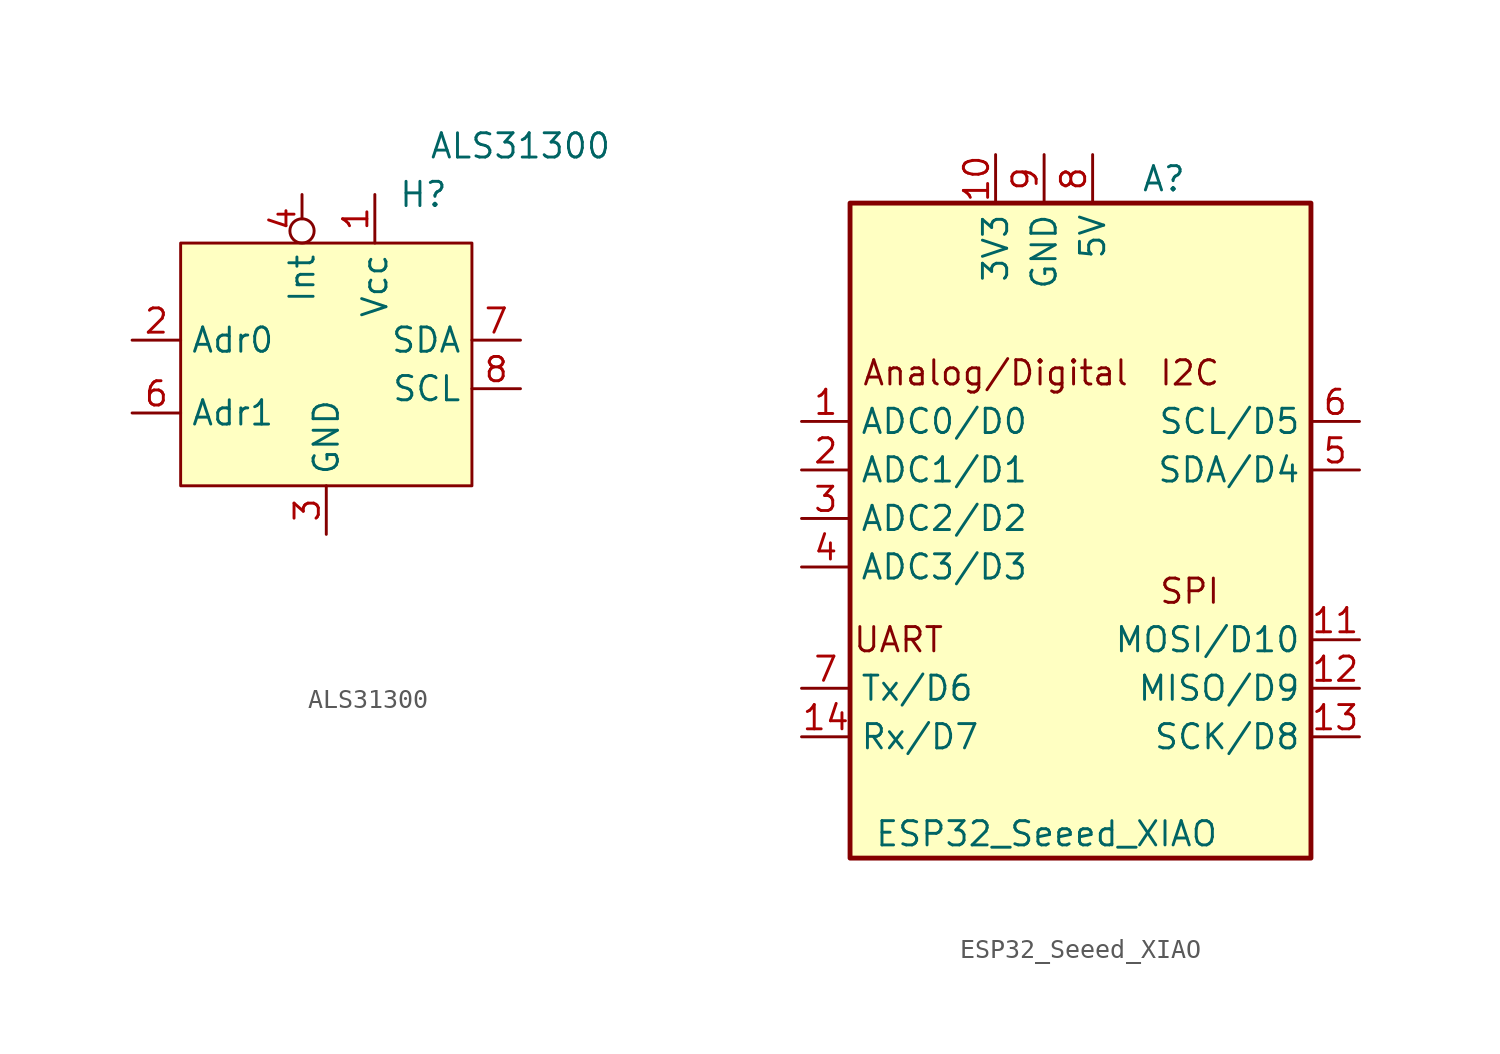
<source format=kicad_sym>
(kicad_symbol_lib
  (version 20220914)
  (generator kicad_symbol_editor)
  (symbol "ALS31300"
    (property "Reference" "H"
      (at 5.08 2.54 0)
      (effects (font (size 1.27 1.27))))
    (property "Value" "ALS31300"
      (at 10.16 5.08 0)
      (effects (font (size 1.27 1.27))))
    (symbol "ALS31300_0_0"
      (pin power_in line (at 2.54 2.54 270) (length 2.54) (name "Vcc" (effects (font (size 1.27 1.27)))) (number "1" (effects (font (size 1.27 1.27)))))
      (pin no_connect line (at -7.62 -20.32 0) (length 2.54) hide (name "NC" (effects (font (size 1.27 1.27)))) (number "10" (effects (font (size 1.27 1.27)))))
      (pin input line (at -10.16 -5.08 0) (length 2.54) (name "Adr0" (effects (font (size 1.27 1.27)))) (number "2" (effects (font (size 1.27 1.27)))))
      (pin power_out line (at 0 -15.24 90) (length 2.54) (name "GND" (effects (font (size 1.27 1.27)))) (number "3" (effects (font (size 1.27 1.27)))))
      (pin input inverted (at -1.27 2.54 270) (length 2.54) (name "Int" (effects (font (size 1.27 1.27)))) (number "4" (effects (font (size 1.27 1.27)))))
      (pin no_connect line (at -7.62 -15.24 0) (length 2.54) hide (name "NC" (effects (font (size 1.27 1.27)))) (number "5" (effects (font (size 1.27 1.27)))))
      (pin input line (at -10.16 -8.89 0) (length 2.54) (name "Adr1" (effects (font (size 1.27 1.27)))) (number "6" (effects (font (size 1.27 1.27)))))
      (pin bidirectional line (at 10.16 -5.08 180) (length 2.54) (name "SDA" (effects (font (size 1.27 1.27)))) (number "7" (effects (font (size 1.27 1.27)))))
      (pin bidirectional line (at 10.16 -7.62 180) (length 2.54) (name "SCL" (effects (font (size 1.27 1.27)))) (number "8" (effects (font (size 1.27 1.27)))))
      (pin no_connect line (at -7.62 -17.78 0) (length 2.54) hide (name "NC" (effects (font (size 1.27 1.27)))) (number "9" (effects (font (size 1.27 1.27))))))
    (symbol "ALS31300_0_1"
      (rectangle (start -7.62 0) (end 7.62 -12.7) (stroke (width 0) (type default)) (fill (type background)))))
  (symbol "ESP32_Seeed_XIAO"
    (property "Reference" "A"
      (at 5.08 33.02 0)
      (effects (font (size 1.27 1.27)) (justify left)))
    (property "Value" "ESP32_Seeed_XIAO"
      (at -8.89 -1.27 0)
      (effects (font (size 1.27 1.27)) (justify left)))
    (symbol "ESP32_Seeed_XIAO_0_0"
      (text "Analog/Digital" (at -2.54 22.86 0) (effects (font (size 1.27 1.27))))
      (text "I2C" (at 7.62 22.86 0) (effects (font (size 1.27 1.27))))
      (text "SPI" (at 7.62 11.43 0) (effects (font (size 1.27 1.27))))
      (text "UART" (at -7.62 8.89 0) (effects (font (size 1.27 1.27))))
      (pin bidirectional line (at -12.7 20.32 0) (length 2.54) (name "ADC0/D0" (effects (font (size 1.27 1.27)))) (number "1" (effects (font (size 1.27 1.27)))))
      (pin bidirectional line (at -12.7 17.78 0) (length 2.54) (name "ADC1/D1" (effects (font (size 1.27 1.27)))) (number "2" (effects (font (size 1.27 1.27))))))
    (symbol "ESP32_Seeed_XIAO_0_1"
      (rectangle (start -10.16 31.75) (end 13.97 -2.54) (stroke (width 0.254) (type default)) (fill (type background))))
    (symbol "ESP32_Seeed_XIAO_1_1"
      (pin power_in line (at -2.54 34.29 270) (length 2.54) (name "3V3" (effects (font (size 1.27 1.27)))) (number "10" (effects (font (size 1.27 1.27)))))
      (pin bidirectional line (at 16.51 8.89 180) (length 2.54) (name "MOSI/D10" (effects (font (size 1.27 1.27)))) (number "11" (effects (font (size 1.27 1.27)))))
      (pin bidirectional line (at 16.51 6.35 180) (length 2.54) (name "MISO/D9" (effects (font (size 1.27 1.27)))) (number "12" (effects (font (size 1.27 1.27)))))
      (pin bidirectional line (at 16.51 3.81 180) (length 2.54) (name "SCK/D8" (effects (font (size 1.27 1.27)))) (number "13" (effects (font (size 1.27 1.27)))))
      (pin bidirectional line (at -12.7 3.81 0) (length 2.54) (name "Rx/D7" (effects (font (size 1.27 1.27)))) (number "14" (effects (font (size 1.27 1.27)))))
      (pin bidirectional line (at -12.7 15.24 0) (length 2.54) (name "ADC2/D2" (effects (font (size 1.27 1.27)))) (number "3" (effects (font (size 1.27 1.27)))))
      (pin bidirectional line (at -12.7 12.7 0) (length 2.54) (name "ADC3/D3" (effects (font (size 1.27 1.27)))) (number "4" (effects (font (size 1.27 1.27)))))
      (pin bidirectional line (at 16.51 17.78 180) (length 2.54) (name "SDA/D4" (effects (font (size 1.27 1.27)))) (number "5" (effects (font (size 1.27 1.27)))))
      (pin bidirectional line (at 16.51 20.32 180) (length 2.54) (name "SCL/D5" (effects (font (size 1.27 1.27)))) (number "6" (effects (font (size 1.27 1.27)))))
      (pin bidirectional line (at -12.7 6.35 0) (length 2.54) (name "Tx/D6" (effects (font (size 1.27 1.27)))) (number "7" (effects (font (size 1.27 1.27)))))
      (pin power_in line (at 2.54 34.29 270) (length 2.54) (name "5V" (effects (font (size 1.27 1.27)))) (number "8" (effects (font (size 1.27 1.27)))))
      (pin power_in line (at 0 34.29 270) (length 2.54) (name "GND" (effects (font (size 1.27 1.27)))) (number "9" (effects (font (size 1.27 1.27))))))))
</source>
